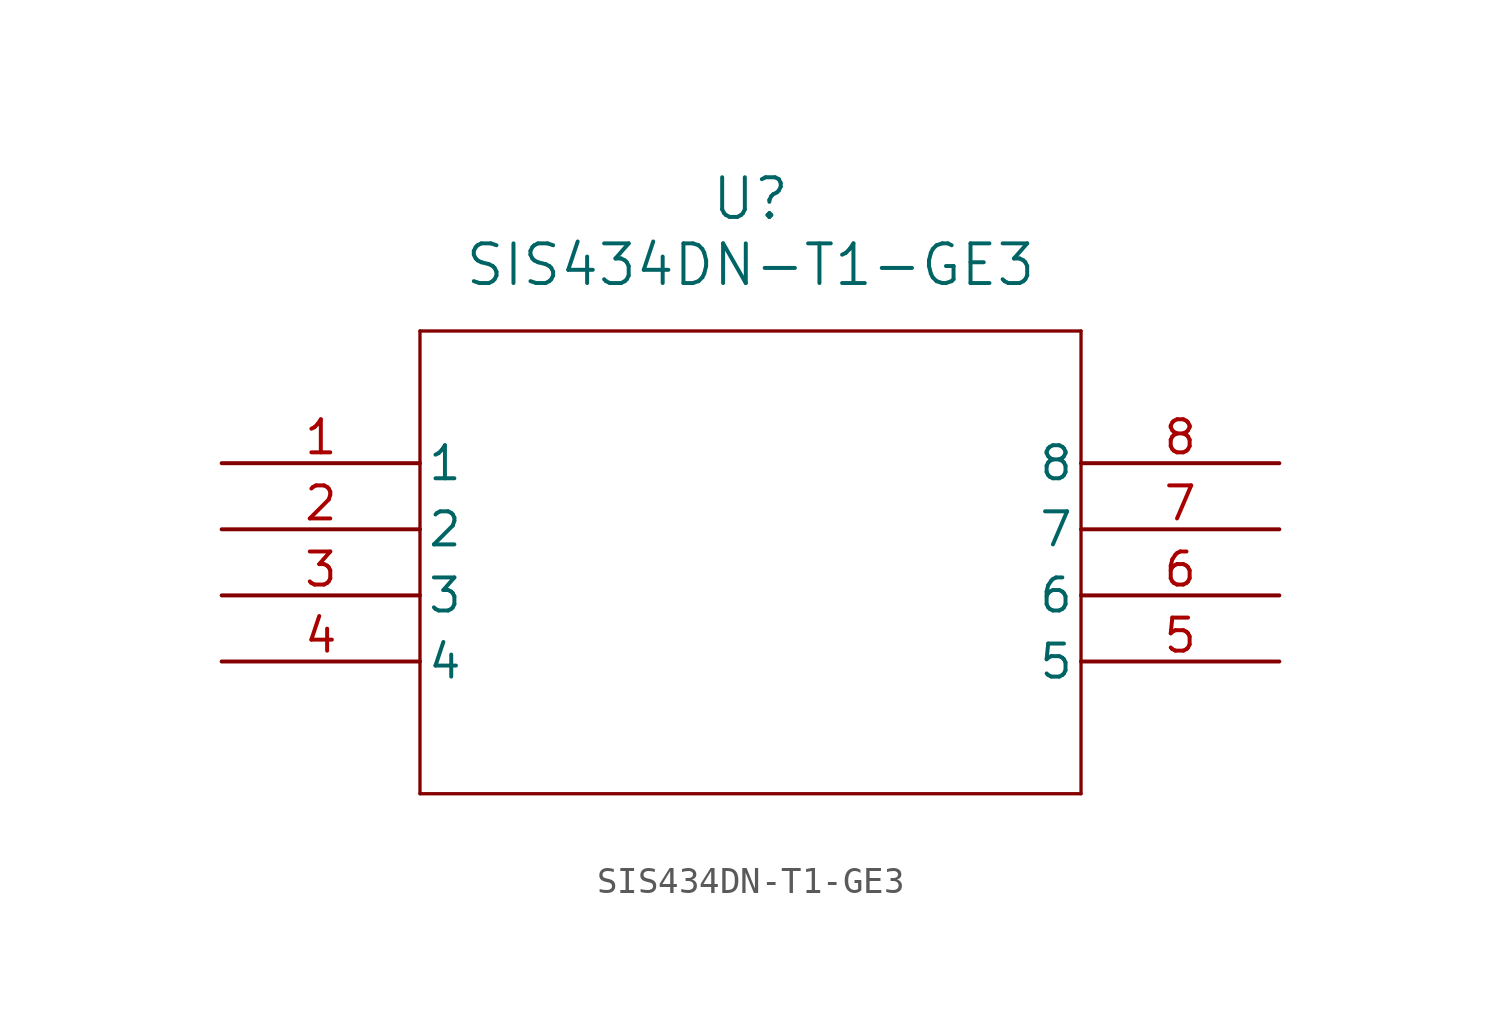
<source format=kicad_sym>
(kicad_symbol_lib
  (version 20211014)
  (generator kicad_symbol_editor)
  (symbol "SIS434DN-T1-GE3"
    (pin_names
      (offset 0.254))
    (property "Reference" "U"
      (at 20.32 10.16 0)
      (effects (font (size 1.524 1.524))))
    (property "Value" "SIS434DN-T1-GE3"
      (at 20.32 7.62 0)
      (effects (font (size 1.524 1.524))))
    (symbol "SIS434DN-T1-GE3_0_1"
      (polyline (pts (xy 7.62 5.08) (xy 7.62 -12.7)) (stroke (width 0.127) (type default) (color 0 0 0 0)) (fill (type none)))
      (polyline (pts (xy 7.62 -12.7) (xy 33.02 -12.7)) (stroke (width 0.127) (type default) (color 0 0 0 0)) (fill (type none)))
      (polyline (pts (xy 33.02 -12.7) (xy 33.02 5.08)) (stroke (width 0.127) (type default) (color 0 0 0 0)) (fill (type none)))
      (polyline (pts (xy 33.02 5.08) (xy 7.62 5.08)) (stroke (width 0.127) (type default) (color 0 0 0 0)) (fill (type none)))
      (pin unspecified line (at 0 0 0) (length 7.62) (name "1" (effects (font (size 1.27 1.27)))) (number "1" (effects (font (size 1.27 1.27)))))
      (pin unspecified line (at 0 -2.54 0) (length 7.62) (name "2" (effects (font (size 1.27 1.27)))) (number "2" (effects (font (size 1.27 1.27)))))
      (pin unspecified line (at 0 -5.08 0) (length 7.62) (name "3" (effects (font (size 1.27 1.27)))) (number "3" (effects (font (size 1.27 1.27)))))
      (pin unspecified line (at 0 -7.62 0) (length 7.62) (name "4" (effects (font (size 1.27 1.27)))) (number "4" (effects (font (size 1.27 1.27)))))
      (pin unspecified line (at 40.64 -7.62 180) (length 7.62) (name "5" (effects (font (size 1.27 1.27)))) (number "5" (effects (font (size 1.27 1.27)))))
      (pin unspecified line (at 40.64 -5.08 180) (length 7.62) (name "6" (effects (font (size 1.27 1.27)))) (number "6" (effects (font (size 1.27 1.27)))))
      (pin unspecified line (at 40.64 -2.54 180) (length 7.62) (name "7" (effects (font (size 1.27 1.27)))) (number "7" (effects (font (size 1.27 1.27)))))
      (pin unspecified line (at 40.64 0 180) (length 7.62) (name "8" (effects (font (size 1.27 1.27)))) (number "8" (effects (font (size 1.27 1.27))))))))
</source>
